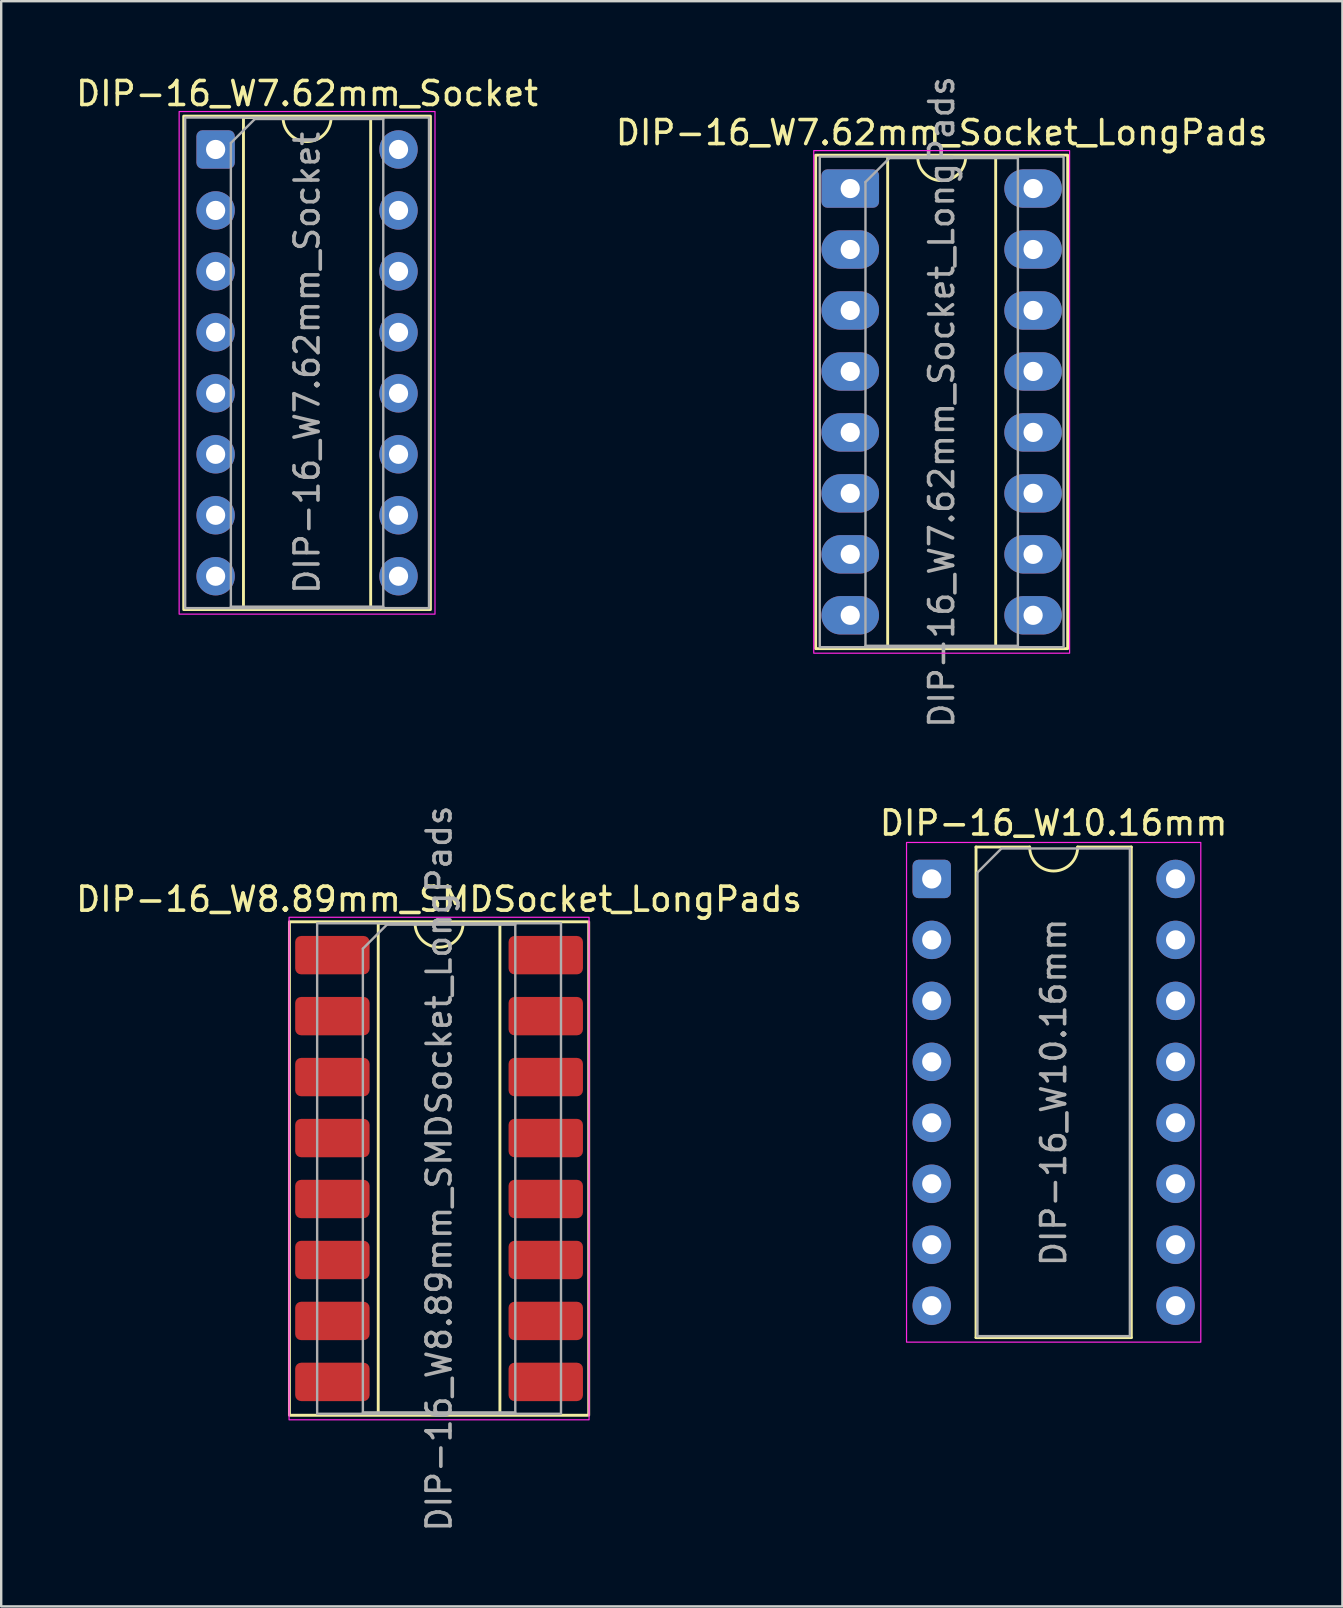
<source format=kicad_pcb>
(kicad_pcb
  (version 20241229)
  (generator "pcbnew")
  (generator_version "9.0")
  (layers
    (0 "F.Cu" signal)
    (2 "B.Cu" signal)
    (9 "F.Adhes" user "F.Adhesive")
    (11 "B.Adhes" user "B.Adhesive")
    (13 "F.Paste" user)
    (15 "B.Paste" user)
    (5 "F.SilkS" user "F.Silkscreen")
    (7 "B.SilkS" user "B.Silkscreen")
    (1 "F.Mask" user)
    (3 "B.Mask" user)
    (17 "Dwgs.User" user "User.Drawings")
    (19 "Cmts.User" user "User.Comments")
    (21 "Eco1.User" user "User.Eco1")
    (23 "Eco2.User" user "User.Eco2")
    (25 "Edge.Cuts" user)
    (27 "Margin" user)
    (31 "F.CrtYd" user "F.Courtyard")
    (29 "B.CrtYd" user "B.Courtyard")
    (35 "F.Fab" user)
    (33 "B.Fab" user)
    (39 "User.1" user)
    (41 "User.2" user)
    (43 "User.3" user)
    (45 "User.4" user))
  (footprint "DIP-16_W7.62mm_Socket_LongPads"
    (layer "F.Cu")
    (at 32.375 4.806)
    (property "Reference" "DIP-16_W7.62mm_Socket_LongPads" (at 3.81 -2.33 0) (layer "F.SilkS") (effects (font (size 1 1) (thickness 0.15))))
    (attr through_hole)
    (fp_line (start 1.56 -1.33) (end 1.56 19.11) (stroke (width 0.12) (type solid)) (layer "F.SilkS"))
    (fp_line (start 1.56 19.11) (end 6.06 19.11) (stroke (width 0.12) (type solid)) (layer "F.SilkS"))
    (fp_line (start 2.81 -1.33) (end 1.56 -1.33) (stroke (width 0.12) (type solid)) (layer "F.SilkS"))
    (fp_line (start 6.06 -1.33) (end 4.81 -1.33) (stroke (width 0.12) (type solid)) (layer "F.SilkS"))
    (fp_line (start 6.06 19.11) (end 6.06 -1.33) (stroke (width 0.12) (type solid)) (layer "F.SilkS"))
    (fp_rect (start -1.44 -1.39) (end 9.06 19.17) (stroke (width 0.12) (type solid)) (fill no) (layer "F.SilkS"))
    (fp_arc (start 4.81 -1.33) (mid 3.81 -0.33) (end 2.81 -1.33) (stroke (width 0.12) (type solid)) (layer "F.SilkS"))
    (fp_rect (start -1.52 -1.58) (end 9.14 19.36) (stroke (width 0.05) (type solid)) (fill no) (layer "F.CrtYd"))
    (fp_line (start 0.635 -0.27) (end 1.635 -1.27) (stroke (width 0.1) (type solid)) (layer "F.Fab"))
    (fp_line (start 0.635 19.05) (end 0.635 -0.27) (stroke (width 0.1) (type solid)) (layer "F.Fab"))
    (fp_line (start 1.635 -1.27) (end 6.985 -1.27) (stroke (width 0.1) (type solid)) (layer "F.Fab"))
    (fp_line (start 6.985 -1.27) (end 6.985 19.05) (stroke (width 0.1) (type solid)) (layer "F.Fab"))
    (fp_line (start 6.985 19.05) (end 0.635 19.05) (stroke (width 0.1) (type solid)) (layer "F.Fab"))
    (fp_rect (start -1.27 -1.33) (end 8.89 19.11) (stroke (width 0.1) (type solid)) (fill no) (layer "F.Fab"))
    (fp_text user "${REFERENCE}" (at 3.81 8.89 90) (layer "F.Fab") (effects (font (size 1 1) (thickness 0.15))))
    (pad "1" thru_hole roundrect (at 0 0) (size 2.4 1.6) (drill 0.8) (layers "*.Cu" "*.Mask") (roundrect_rratio 0.156))
    (pad "2" thru_hole oval (at 0 2.54) (size 2.4 1.6) (drill 0.8) (layers "*.Cu" "*.Mask"))
    (pad "3" thru_hole oval (at 0 5.08) (size 2.4 1.6) (drill 0.8) (layers "*.Cu" "*.Mask"))
    (pad "4" thru_hole oval (at 0 7.62) (size 2.4 1.6) (drill 0.8) (layers "*.Cu" "*.Mask"))
    (pad "5" thru_hole oval (at 0 10.16) (size 2.4 1.6) (drill 0.8) (layers "*.Cu" "*.Mask"))
    (pad "6" thru_hole oval (at 0 12.7) (size 2.4 1.6) (drill 0.8) (layers "*.Cu" "*.Mask"))
    (pad "7" thru_hole oval (at 0 15.24) (size 2.4 1.6) (drill 0.8) (layers "*.Cu" "*.Mask"))
    (pad "8" thru_hole oval (at 0 17.78) (size 2.4 1.6) (drill 0.8) (layers "*.Cu" "*.Mask"))
    (pad "9" thru_hole oval (at 7.62 17.78) (size 2.4 1.6) (drill 0.8) (layers "*.Cu" "*.Mask"))
    (pad "10" thru_hole oval (at 7.62 15.24) (size 2.4 1.6) (drill 0.8) (layers "*.Cu" "*.Mask"))
    (pad "11" thru_hole oval (at 7.62 12.7) (size 2.4 1.6) (drill 0.8) (layers "*.Cu" "*.Mask"))
    (pad "12" thru_hole oval (at 7.62 10.16) (size 2.4 1.6) (drill 0.8) (layers "*.Cu" "*.Mask"))
    (pad "13" thru_hole oval (at 7.62 7.62) (size 2.4 1.6) (drill 0.8) (layers "*.Cu" "*.Mask"))
    (pad "14" thru_hole oval (at 7.62 5.08) (size 2.4 1.6) (drill 0.8) (layers "*.Cu" "*.Mask"))
    (pad "15" thru_hole oval (at 7.62 2.54) (size 2.4 1.6) (drill 0.8) (layers "*.Cu" "*.Mask"))
    (pad "16" thru_hole oval (at 7.62 0) (size 2.4 1.6) (drill 0.8) (layers "*.Cu" "*.Mask")))
  (footprint "DIP-16_W7.62mm_Socket"
    (layer "F.Cu")
    (at 5.934 3.178)
    (property "Reference" "DIP-16_W7.62mm_Socket" (at 3.81 -2.33 0) (layer "F.SilkS") (effects (font (size 1 1) (thickness 0.15))))
    (attr through_hole)
    (fp_line (start 1.16 -1.33) (end 1.16 19.11) (stroke (width 0.12) (type solid)) (layer "F.SilkS"))
    (fp_line (start 1.16 19.11) (end 6.46 19.11) (stroke (width 0.12) (type solid)) (layer "F.SilkS"))
    (fp_line (start 2.81 -1.33) (end 1.16 -1.33) (stroke (width 0.12) (type solid)) (layer "F.SilkS"))
    (fp_line (start 6.46 -1.33) (end 4.81 -1.33) (stroke (width 0.12) (type solid)) (layer "F.SilkS"))
    (fp_line (start 6.46 19.11) (end 6.46 -1.33) (stroke (width 0.12) (type solid)) (layer "F.SilkS"))
    (fp_rect (start -1.33 -1.39) (end 8.95 19.17) (stroke (width 0.12) (type solid)) (fill no) (layer "F.SilkS"))
    (fp_arc (start 4.81 -1.33) (mid 3.81 -0.33) (end 2.81 -1.33) (stroke (width 0.12) (type solid)) (layer "F.SilkS"))
    (fp_rect (start -1.52 -1.58) (end 9.14 19.36) (stroke (width 0.05) (type solid)) (fill no) (layer "F.CrtYd"))
    (fp_line (start 0.635 -0.27) (end 1.635 -1.27) (stroke (width 0.1) (type solid)) (layer "F.Fab"))
    (fp_line (start 0.635 19.05) (end 0.635 -0.27) (stroke (width 0.1) (type solid)) (layer "F.Fab"))
    (fp_line (start 1.635 -1.27) (end 6.985 -1.27) (stroke (width 0.1) (type solid)) (layer "F.Fab"))
    (fp_line (start 6.985 -1.27) (end 6.985 19.05) (stroke (width 0.1) (type solid)) (layer "F.Fab"))
    (fp_line (start 6.985 19.05) (end 0.635 19.05) (stroke (width 0.1) (type solid)) (layer "F.Fab"))
    (fp_rect (start -1.27 -1.33) (end 8.89 19.11) (stroke (width 0.1) (type solid)) (fill no) (layer "F.Fab"))
    (fp_text user "${REFERENCE}" (at 3.81 8.89 90) (layer "F.Fab") (effects (font (size 1 1) (thickness 0.15))))
    (pad "1" thru_hole roundrect (at 0 0) (size 1.6 1.6) (drill 0.8) (layers "*.Cu" "*.Mask") (roundrect_rratio 0.156))
    (pad "2" thru_hole circle (at 0 2.54) (size 1.6 1.6) (drill 0.8) (layers "*.Cu" "*.Mask"))
    (pad "3" thru_hole circle (at 0 5.08) (size 1.6 1.6) (drill 0.8) (layers "*.Cu" "*.Mask"))
    (pad "4" thru_hole circle (at 0 7.62) (size 1.6 1.6) (drill 0.8) (layers "*.Cu" "*.Mask"))
    (pad "5" thru_hole circle (at 0 10.16) (size 1.6 1.6) (drill 0.8) (layers "*.Cu" "*.Mask"))
    (pad "6" thru_hole circle (at 0 12.7) (size 1.6 1.6) (drill 0.8) (layers "*.Cu" "*.Mask"))
    (pad "7" thru_hole circle (at 0 15.24) (size 1.6 1.6) (drill 0.8) (layers "*.Cu" "*.Mask"))
    (pad "8" thru_hole circle (at 0 17.78) (size 1.6 1.6) (drill 0.8) (layers "*.Cu" "*.Mask"))
    (pad "9" thru_hole circle (at 7.62 17.78) (size 1.6 1.6) (drill 0.8) (layers "*.Cu" "*.Mask"))
    (pad "10" thru_hole circle (at 7.62 15.24) (size 1.6 1.6) (drill 0.8) (layers "*.Cu" "*.Mask"))
    (pad "11" thru_hole circle (at 7.62 12.7) (size 1.6 1.6) (drill 0.8) (layers "*.Cu" "*.Mask"))
    (pad "12" thru_hole circle (at 7.62 10.16) (size 1.6 1.6) (drill 0.8) (layers "*.Cu" "*.Mask"))
    (pad "13" thru_hole circle (at 7.62 7.62) (size 1.6 1.6) (drill 0.8) (layers "*.Cu" "*.Mask"))
    (pad "14" thru_hole circle (at 7.62 5.08) (size 1.6 1.6) (drill 0.8) (layers "*.Cu" "*.Mask"))
    (pad "15" thru_hole circle (at 7.62 2.54) (size 1.6 1.6) (drill 0.8) (layers "*.Cu" "*.Mask"))
    (pad "16" thru_hole circle (at 7.62 0) (size 1.6 1.6) (drill 0.8) (layers "*.Cu" "*.Mask")))
  (footprint "DIP-16_W8.89mm_SMDSocket_LongPads"
    (layer "F.Cu")
    (at 15.244 45.637)
    (property "Reference" "DIP-16_W8.89mm_SMDSocket_LongPads" (at 0 -11.22 0) (layer "F.SilkS") (effects (font (size 1 1) (thickness 0.15))))
    (attr smd)
    (fp_line (start -2.535 -10.22) (end -2.535 10.22) (stroke (width 0.12) (type solid)) (layer "F.SilkS"))
    (fp_line (start -2.535 10.22) (end 2.535 10.22) (stroke (width 0.12) (type solid)) (layer "F.SilkS"))
    (fp_line (start -1 -10.22) (end -2.535 -10.22) (stroke (width 0.12) (type solid)) (layer "F.SilkS"))
    (fp_line (start 2.535 -10.22) (end 1 -10.22) (stroke (width 0.12) (type solid)) (layer "F.SilkS"))
    (fp_line (start 2.535 10.22) (end 2.535 -10.22) (stroke (width 0.12) (type solid)) (layer "F.SilkS"))
    (fp_rect (start -6.235 -10.28) (end 6.235 10.28) (stroke (width 0.12) (type solid)) (fill no) (layer "F.SilkS"))
    (fp_arc (start 1 -10.22) (mid 0 -9.22) (end -1 -10.22) (stroke (width 0.12) (type solid)) (layer "F.SilkS"))
    (fp_rect (start -6.25 -10.47) (end 6.25 10.47) (stroke (width 0.05) (type solid)) (fill no) (layer "F.CrtYd"))
    (fp_line (start -3.175 -9.16) (end -2.175 -10.16) (stroke (width 0.1) (type solid)) (layer "F.Fab"))
    (fp_line (start -3.175 10.16) (end -3.175 -9.16) (stroke (width 0.1) (type solid)) (layer "F.Fab"))
    (fp_line (start -2.175 -10.16) (end 3.175 -10.16) (stroke (width 0.1) (type solid)) (layer "F.Fab"))
    (fp_line (start 3.175 -10.16) (end 3.175 10.16) (stroke (width 0.1) (type solid)) (layer "F.Fab"))
    (fp_line (start 3.175 10.16) (end -3.175 10.16) (stroke (width 0.1) (type solid)) (layer "F.Fab"))
    (fp_rect (start -5.08 -10.22) (end 5.08 10.22) (stroke (width 0.1) (type solid)) (fill no) (layer "F.Fab"))
    (fp_text user "${REFERENCE}" (at 0 0 90) (layer "F.Fab") (effects (font (size 1 1) (thickness 0.15))))
    (pad "1" smd roundrect (at -4.445 -8.89) (size 3.1 1.6) (layers "F.Cu" "F.Mask" "F.Paste") (roundrect_rratio 0.156))
    (pad "2" smd roundrect (at -4.445 -6.35) (size 3.1 1.6) (layers "F.Cu" "F.Mask" "F.Paste") (roundrect_rratio 0.156))
    (pad "3" smd roundrect (at -4.445 -3.81) (size 3.1 1.6) (layers "F.Cu" "F.Mask" "F.Paste") (roundrect_rratio 0.156))
    (pad "4" smd roundrect (at -4.445 -1.27) (size 3.1 1.6) (layers "F.Cu" "F.Mask" "F.Paste") (roundrect_rratio 0.156))
    (pad "5" smd roundrect (at -4.445 1.27) (size 3.1 1.6) (layers "F.Cu" "F.Mask" "F.Paste") (roundrect_rratio 0.156))
    (pad "6" smd roundrect (at -4.445 3.81) (size 3.1 1.6) (layers "F.Cu" "F.Mask" "F.Paste") (roundrect_rratio 0.156))
    (pad "7" smd roundrect (at -4.445 6.35) (size 3.1 1.6) (layers "F.Cu" "F.Mask" "F.Paste") (roundrect_rratio 0.156))
    (pad "8" smd roundrect (at -4.445 8.89) (size 3.1 1.6) (layers "F.Cu" "F.Mask" "F.Paste") (roundrect_rratio 0.156))
    (pad "9" smd roundrect (at 4.445 8.89) (size 3.1 1.6) (layers "F.Cu" "F.Mask" "F.Paste") (roundrect_rratio 0.156))
    (pad "10" smd roundrect (at 4.445 6.35) (size 3.1 1.6) (layers "F.Cu" "F.Mask" "F.Paste") (roundrect_rratio 0.156))
    (pad "11" smd roundrect (at 4.445 3.81) (size 3.1 1.6) (layers "F.Cu" "F.Mask" "F.Paste") (roundrect_rratio 0.156))
    (pad "12" smd roundrect (at 4.445 1.27) (size 3.1 1.6) (layers "F.Cu" "F.Mask" "F.Paste") (roundrect_rratio 0.156))
    (pad "13" smd roundrect (at 4.445 -1.27) (size 3.1 1.6) (layers "F.Cu" "F.Mask" "F.Paste") (roundrect_rratio 0.156))
    (pad "14" smd roundrect (at 4.445 -3.81) (size 3.1 1.6) (layers "F.Cu" "F.Mask" "F.Paste") (roundrect_rratio 0.156))
    (pad "15" smd roundrect (at 4.445 -6.35) (size 3.1 1.6) (layers "F.Cu" "F.Mask" "F.Paste") (roundrect_rratio 0.156))
    (pad "16" smd roundrect (at 4.445 -8.89) (size 3.1 1.6) (layers "F.Cu" "F.Mask" "F.Paste") (roundrect_rratio 0.156)))
  (footprint "DIP-16_W10.16mm"
    (layer "F.Cu")
    (at 35.771 33.571)
    (property "Reference" "DIP-16_W10.16mm" (at 5.08 -2.33 0) (layer "F.SilkS") (effects (font (size 1 1) (thickness 0.15))))
    (attr through_hole)
    (fp_line (start 1.845 -1.33) (end 1.845 19.11) (stroke (width 0.12) (type solid)) (layer "F.SilkS"))
    (fp_line (start 1.845 19.11) (end 8.315 19.11) (stroke (width 0.12) (type solid)) (layer "F.SilkS"))
    (fp_line (start 4.08 -1.33) (end 1.845 -1.33) (stroke (width 0.12) (type solid)) (layer "F.SilkS"))
    (fp_line (start 8.315 -1.33) (end 6.08 -1.33) (stroke (width 0.12) (type solid)) (layer "F.SilkS"))
    (fp_line (start 8.315 19.11) (end 8.315 -1.33) (stroke (width 0.12) (type solid)) (layer "F.SilkS"))
    (fp_arc (start 6.08 -1.33) (mid 5.08 -0.33) (end 4.08 -1.33) (stroke (width 0.12) (type solid)) (layer "F.SilkS"))
    (fp_rect (start -1.05 -1.52) (end 11.21 19.3) (stroke (width 0.05) (type solid)) (fill no) (layer "F.CrtYd"))
    (fp_line (start 1.905 -0.27) (end 2.905 -1.27) (stroke (width 0.1) (type solid)) (layer "F.Fab"))
    (fp_line (start 1.905 19.05) (end 1.905 -0.27) (stroke (width 0.1) (type solid)) (layer "F.Fab"))
    (fp_line (start 2.905 -1.27) (end 8.255 -1.27) (stroke (width 0.1) (type solid)) (layer "F.Fab"))
    (fp_line (start 8.255 -1.27) (end 8.255 19.05) (stroke (width 0.1) (type solid)) (layer "F.Fab"))
    (fp_line (start 8.255 19.05) (end 1.905 19.05) (stroke (width 0.1) (type solid)) (layer "F.Fab"))
    (fp_text user "${REFERENCE}" (at 5.08 8.89 90) (layer "F.Fab") (effects (font (size 1 1) (thickness 0.15))))
    (pad "1" thru_hole roundrect (at 0 0) (size 1.6 1.6) (drill 0.8) (layers "*.Cu" "*.Mask") (roundrect_rratio 0.156))
    (pad "2" thru_hole circle (at 0 2.54) (size 1.6 1.6) (drill 0.8) (layers "*.Cu" "*.Mask"))
    (pad "3" thru_hole circle (at 0 5.08) (size 1.6 1.6) (drill 0.8) (layers "*.Cu" "*.Mask"))
    (pad "4" thru_hole circle (at 0 7.62) (size 1.6 1.6) (drill 0.8) (layers "*.Cu" "*.Mask"))
    (pad "5" thru_hole circle (at 0 10.16) (size 1.6 1.6) (drill 0.8) (layers "*.Cu" "*.Mask"))
    (pad "6" thru_hole circle (at 0 12.7) (size 1.6 1.6) (drill 0.8) (layers "*.Cu" "*.Mask"))
    (pad "7" thru_hole circle (at 0 15.24) (size 1.6 1.6) (drill 0.8) (layers "*.Cu" "*.Mask"))
    (pad "8" thru_hole circle (at 0 17.78) (size 1.6 1.6) (drill 0.8) (layers "*.Cu" "*.Mask"))
    (pad "9" thru_hole circle (at 10.16 17.78) (size 1.6 1.6) (drill 0.8) (layers "*.Cu" "*.Mask"))
    (pad "10" thru_hole circle (at 10.16 15.24) (size 1.6 1.6) (drill 0.8) (layers "*.Cu" "*.Mask"))
    (pad "11" thru_hole circle (at 10.16 12.7) (size 1.6 1.6) (drill 0.8) (layers "*.Cu" "*.Mask"))
    (pad "12" thru_hole circle (at 10.16 10.16) (size 1.6 1.6) (drill 0.8) (layers "*.Cu" "*.Mask"))
    (pad "13" thru_hole circle (at 10.16 7.62) (size 1.6 1.6) (drill 0.8) (layers "*.Cu" "*.Mask"))
    (pad "14" thru_hole circle (at 10.16 5.08) (size 1.6 1.6) (drill 0.8) (layers "*.Cu" "*.Mask"))
    (pad "15" thru_hole circle (at 10.16 2.54) (size 1.6 1.6) (drill 0.8) (layers "*.Cu" "*.Mask"))
    (pad "16" thru_hole circle (at 10.16 0) (size 1.6 1.6) (drill 0.8) (layers "*.Cu" "*.Mask")))
  (gr_rect
    (start -3 -3)
    (end 52.881 63.881)
    (stroke (width 0.1) (type default))
    (fill no)
    (layer "Edge.Cuts")))
</source>
